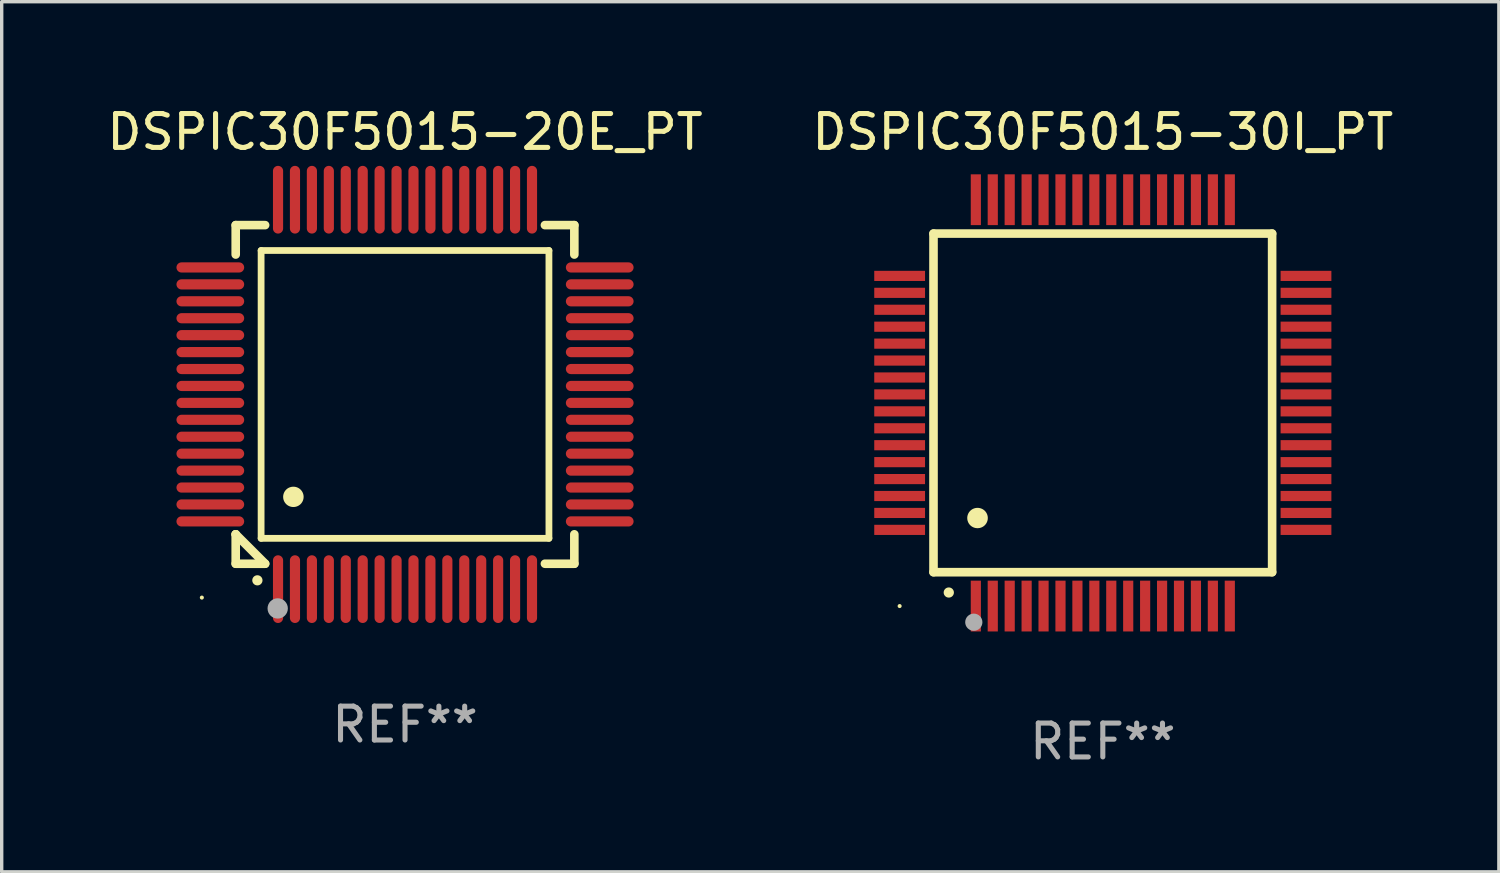
<source format=kicad_pcb>
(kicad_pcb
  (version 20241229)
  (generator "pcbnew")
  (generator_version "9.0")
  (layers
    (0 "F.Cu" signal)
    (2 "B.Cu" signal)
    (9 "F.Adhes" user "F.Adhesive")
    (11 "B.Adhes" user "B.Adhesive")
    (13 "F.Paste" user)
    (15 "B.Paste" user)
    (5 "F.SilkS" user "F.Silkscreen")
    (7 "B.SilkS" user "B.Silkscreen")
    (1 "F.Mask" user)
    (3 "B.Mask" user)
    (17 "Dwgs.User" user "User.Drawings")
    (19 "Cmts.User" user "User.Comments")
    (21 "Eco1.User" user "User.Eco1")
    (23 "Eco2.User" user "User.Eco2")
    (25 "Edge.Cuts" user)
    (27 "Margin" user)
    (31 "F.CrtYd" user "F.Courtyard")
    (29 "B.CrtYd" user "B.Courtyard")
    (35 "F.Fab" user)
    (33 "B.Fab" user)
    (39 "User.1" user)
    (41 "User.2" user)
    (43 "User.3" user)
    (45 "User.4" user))
  (footprint "DSPIC30F5015-20E_PT"
    (layer "F.Cu")
    (at 8.911 8.598)
    (property "Reference" "DSPIC30F5015-20E_PT" (at 0 -7.75 0) (layer "F.SilkS") (effects (font (size 1 1) (thickness 0.15))))
    (attr through_hole)
    (fp_line (start -5 -5) (end -4.131 -5) (stroke (width 0.254) (type solid)) (layer "F.SilkS"))
    (fp_line (start -5 -4.131) (end -5 -5) (stroke (width 0.254) (type solid)) (layer "F.SilkS"))
    (fp_line (start -5 4.131) (end -5 4.131) (stroke (width 0.254) (type solid)) (layer "F.SilkS"))
    (fp_line (start -5 5) (end -5 4.131) (stroke (width 0.254) (type solid)) (layer "F.SilkS"))
    (fp_line (start -5 4.131) (end -4.131 5) (stroke (width 0.254) (type solid)) (layer "F.SilkS"))
    (fp_line (start -4.25 -4.25) (end -4.25 4.25) (stroke (width 0.2) (type solid)) (layer "F.SilkS"))
    (fp_line (start -4.25 4.25) (end 4.25 4.25) (stroke (width 0.2) (type solid)) (layer "F.SilkS"))
    (fp_line (start -4.131 5) (end -5 5) (stroke (width 0.254) (type solid)) (layer "F.SilkS"))
    (fp_line (start 4.25 -4.25) (end -4.25 -4.25) (stroke (width 0.2) (type solid)) (layer "F.SilkS"))
    (fp_line (start 4.25 4.25) (end 4.25 -4.25) (stroke (width 0.2) (type solid)) (layer "F.SilkS"))
    (fp_line (start 5 -5) (end 4.131 -5) (stroke (width 0.254) (type solid)) (layer "F.SilkS"))
    (fp_line (start 5 -5) (end 5 -4.131) (stroke (width 0.254) (type solid)) (layer "F.SilkS"))
    (fp_line (start 5 4.131) (end 5 5) (stroke (width 0.254) (type solid)) (layer "F.SilkS"))
    (fp_line (start 5 5) (end 4.131 5) (stroke (width 0.254) (type solid)) (layer "F.SilkS"))
    (fp_arc (start -4.361265 5.489992) (mid -4.359995 5.489987) (end -4.358725 5.489992) (stroke (width 0.3) (type solid)) (layer "F.SilkS"))
    (fp_arc (start -3.299467 3.025146) (mid -3.296927 3.025135) (end -3.294387 3.025146) (stroke (width 0.6) (type solid)) (layer "F.SilkS"))
    (fp_circle (center -6 6) (end -5.97 6) (stroke (width 0.06) (type solid)) (fill no) (layer "F.SilkS"))
    (fp_circle (center -3.76 6.32) (end -3.61 6.32) (stroke (width 0.3) (type solid)) (fill no) (layer "F.Fab"))
    (fp_text user "REF**" (at 0 9.75 0) (layer "F.Fab") (effects (font (size 1 1) (thickness 0.15))))
    (pad "1" smd oval (at -3.75 5.75) (size 0.3 2) (layers "F.Cu" "F.Mask" "F.Paste"))
    (pad "2" smd oval (at -3.25 5.75) (size 0.3 2) (layers "F.Cu" "F.Mask" "F.Paste"))
    (pad "3" smd oval (at -2.75 5.75) (size 0.3 2) (layers "F.Cu" "F.Mask" "F.Paste"))
    (pad "4" smd oval (at -2.25 5.75) (size 0.3 2) (layers "F.Cu" "F.Mask" "F.Paste"))
    (pad "5" smd oval (at -1.75 5.75) (size 0.3 2) (layers "F.Cu" "F.Mask" "F.Paste"))
    (pad "6" smd oval (at -1.25 5.75) (size 0.3 2) (layers "F.Cu" "F.Mask" "F.Paste"))
    (pad "7" smd oval (at -0.75 5.75) (size 0.3 2) (layers "F.Cu" "F.Mask" "F.Paste"))
    (pad "8" smd oval (at -0.25 5.75) (size 0.3 2) (layers "F.Cu" "F.Mask" "F.Paste"))
    (pad "9" smd oval (at 0.25 5.75) (size 0.3 2) (layers "F.Cu" "F.Mask" "F.Paste"))
    (pad "10" smd oval (at 0.75 5.75) (size 0.3 2) (layers "F.Cu" "F.Mask" "F.Paste"))
    (pad "11" smd oval (at 1.25 5.75) (size 0.3 2) (layers "F.Cu" "F.Mask" "F.Paste"))
    (pad "12" smd oval (at 1.75 5.75) (size 0.3 2) (layers "F.Cu" "F.Mask" "F.Paste"))
    (pad "13" smd oval (at 2.25 5.75) (size 0.3 2) (layers "F.Cu" "F.Mask" "F.Paste"))
    (pad "14" smd oval (at 2.75 5.75) (size 0.3 2) (layers "F.Cu" "F.Mask" "F.Paste"))
    (pad "15" smd oval (at 3.25 5.75) (size 0.3 2) (layers "F.Cu" "F.Mask" "F.Paste"))
    (pad "16" smd oval (at 3.75 5.75) (size 0.3 2) (layers "F.Cu" "F.Mask" "F.Paste"))
    (pad "17" smd oval (at 5.75 3.75) (size 2 0.3) (layers "F.Cu" "F.Mask" "F.Paste"))
    (pad "18" smd oval (at 5.75 3.25) (size 2 0.3) (layers "F.Cu" "F.Mask" "F.Paste"))
    (pad "19" smd oval (at 5.75 2.75) (size 2 0.3) (layers "F.Cu" "F.Mask" "F.Paste"))
    (pad "20" smd oval (at 5.75 2.25) (size 2 0.3) (layers "F.Cu" "F.Mask" "F.Paste"))
    (pad "21" smd oval (at 5.75 1.75) (size 2 0.3) (layers "F.Cu" "F.Mask" "F.Paste"))
    (pad "22" smd oval (at 5.75 1.25) (size 2 0.3) (layers "F.Cu" "F.Mask" "F.Paste"))
    (pad "23" smd oval (at 5.75 0.75) (size 2 0.3) (layers "F.Cu" "F.Mask" "F.Paste"))
    (pad "24" smd oval (at 5.75 0.25) (size 2 0.3) (layers "F.Cu" "F.Mask" "F.Paste"))
    (pad "25" smd oval (at 5.75 -0.25) (size 2 0.3) (layers "F.Cu" "F.Mask" "F.Paste"))
    (pad "26" smd oval (at 5.75 -0.75) (size 2 0.3) (layers "F.Cu" "F.Mask" "F.Paste"))
    (pad "27" smd oval (at 5.75 -1.25) (size 2 0.3) (layers "F.Cu" "F.Mask" "F.Paste"))
    (pad "28" smd oval (at 5.75 -1.75) (size 2 0.3) (layers "F.Cu" "F.Mask" "F.Paste"))
    (pad "29" smd oval (at 5.75 -2.25) (size 2 0.3) (layers "F.Cu" "F.Mask" "F.Paste"))
    (pad "30" smd oval (at 5.75 -2.75) (size 2 0.3) (layers "F.Cu" "F.Mask" "F.Paste"))
    (pad "31" smd oval (at 5.75 -3.25) (size 2 0.3) (layers "F.Cu" "F.Mask" "F.Paste"))
    (pad "32" smd oval (at 5.75 -3.75) (size 2 0.3) (layers "F.Cu" "F.Mask" "F.Paste"))
    (pad "33" smd oval (at 3.75 -5.75) (size 0.3 2) (layers "F.Cu" "F.Mask" "F.Paste"))
    (pad "34" smd oval (at 3.25 -5.75) (size 0.3 2) (layers "F.Cu" "F.Mask" "F.Paste"))
    (pad "35" smd oval (at 2.75 -5.75) (size 0.3 2) (layers "F.Cu" "F.Mask" "F.Paste"))
    (pad "36" smd oval (at 2.25 -5.75) (size 0.3 2) (layers "F.Cu" "F.Mask" "F.Paste"))
    (pad "37" smd oval (at 1.75 -5.75) (size 0.3 2) (layers "F.Cu" "F.Mask" "F.Paste"))
    (pad "38" smd oval (at 1.25 -5.75) (size 0.3 2) (layers "F.Cu" "F.Mask" "F.Paste"))
    (pad "39" smd oval (at 0.75 -5.75) (size 0.3 2) (layers "F.Cu" "F.Mask" "F.Paste"))
    (pad "40" smd oval (at 0.25 -5.75) (size 0.3 2) (layers "F.Cu" "F.Mask" "F.Paste"))
    (pad "41" smd oval (at -0.25 -5.75) (size 0.3 2) (layers "F.Cu" "F.Mask" "F.Paste"))
    (pad "42" smd oval (at -0.75 -5.75) (size 0.3 2) (layers "F.Cu" "F.Mask" "F.Paste"))
    (pad "43" smd oval (at -1.25 -5.75) (size 0.3 2) (layers "F.Cu" "F.Mask" "F.Paste"))
    (pad "44" smd oval (at -1.75 -5.75) (size 0.3 2) (layers "F.Cu" "F.Mask" "F.Paste"))
    (pad "45" smd oval (at -2.25 -5.75) (size 0.3 2) (layers "F.Cu" "F.Mask" "F.Paste"))
    (pad "46" smd oval (at -2.75 -5.75) (size 0.3 2) (layers "F.Cu" "F.Mask" "F.Paste"))
    (pad "47" smd oval (at -3.25 -5.75) (size 0.3 2) (layers "F.Cu" "F.Mask" "F.Paste"))
    (pad "48" smd oval (at -3.75 -5.75) (size 0.3 2) (layers "F.Cu" "F.Mask" "F.Paste"))
    (pad "49" smd oval (at -5.75 -3.75) (size 2 0.3) (layers "F.Cu" "F.Mask" "F.Paste"))
    (pad "50" smd oval (at -5.75 -3.25) (size 2 0.3) (layers "F.Cu" "F.Mask" "F.Paste"))
    (pad "51" smd oval (at -5.75 -2.75) (size 2 0.3) (layers "F.Cu" "F.Mask" "F.Paste"))
    (pad "52" smd oval (at -5.75 -2.25) (size 2 0.3) (layers "F.Cu" "F.Mask" "F.Paste"))
    (pad "53" smd oval (at -5.75 -1.75) (size 2 0.3) (layers "F.Cu" "F.Mask" "F.Paste"))
    (pad "54" smd oval (at -5.75 -1.25) (size 2 0.3) (layers "F.Cu" "F.Mask" "F.Paste"))
    (pad "55" smd oval (at -5.75 -0.75) (size 2 0.3) (layers "F.Cu" "F.Mask" "F.Paste"))
    (pad "56" smd oval (at -5.75 -0.25) (size 2 0.3) (layers "F.Cu" "F.Mask" "F.Paste"))
    (pad "57" smd oval (at -5.75 0.25) (size 2 0.3) (layers "F.Cu" "F.Mask" "F.Paste"))
    (pad "58" smd oval (at -5.75 0.75) (size 2 0.3) (layers "F.Cu" "F.Mask" "F.Paste"))
    (pad "59" smd oval (at -5.75 1.25) (size 2 0.3) (layers "F.Cu" "F.Mask" "F.Paste"))
    (pad "60" smd oval (at -5.75 1.75) (size 2 0.3) (layers "F.Cu" "F.Mask" "F.Paste"))
    (pad "61" smd oval (at -5.75 2.25) (size 2 0.3) (layers "F.Cu" "F.Mask" "F.Paste"))
    (pad "62" smd oval (at -5.75 2.75) (size 2 0.3) (layers "F.Cu" "F.Mask" "F.Paste"))
    (pad "63" smd oval (at -5.75 3.25) (size 2 0.3) (layers "F.Cu" "F.Mask" "F.Paste"))
    (pad "64" smd oval (at -5.75 3.75) (size 2 0.3) (layers "F.Cu" "F.Mask" "F.Paste")))
  (footprint "DSPIC30F5015-30I_PT"
    (layer "F.Cu")
    (at 29.518 8.848)
    (property "Reference" "DSPIC30F5015-30I_PT" (at 0 -8 0) (layer "F.SilkS") (effects (font (size 1 1) (thickness 0.15))))
    (attr through_hole)
    (fp_line (start -5 -5) (end -5 5) (stroke (width 0.254) (type solid)) (layer "F.SilkS"))
    (fp_line (start -5 -5) (end 5 -5) (stroke (width 0.254) (type solid)) (layer "F.SilkS"))
    (fp_line (start -5 5) (end 5 5) (stroke (width 0.254) (type solid)) (layer "F.SilkS"))
    (fp_line (start 5 -5) (end 5 5) (stroke (width 0.254) (type solid)) (layer "F.SilkS"))
    (fp_arc (start -4.549987 5.6) (mid -4.548717 5.599995) (end -4.547447 5.6) (stroke (width 0.3) (type solid)) (layer "F.SilkS"))
    (fp_arc (start -3.703835 3.400076) (mid -3.700025 3.400052) (end -3.696215 3.400076) (stroke (width 0.6) (type solid)) (layer "F.SilkS"))
    (fp_circle (center -6 6) (end -5.97 6) (stroke (width 0.06) (type solid)) (fill no) (layer "F.SilkS"))
    (fp_circle (center -3.81 6.477) (end -3.683 6.477) (stroke (width 0.254) (type solid)) (fill no) (layer "F.Fab"))
    (fp_text user "REF**" (at 0 10 0) (layer "F.Fab") (effects (font (size 1 1) (thickness 0.15))))
    (pad "1" smd rect (at -3.75 6 180) (size 0.3 1.5) (layers "F.Cu" "F.Mask" "F.Paste"))
    (pad "2" smd rect (at -3.25 6 180) (size 0.3 1.5) (layers "F.Cu" "F.Mask" "F.Paste"))
    (pad "3" smd rect (at -2.75 6 180) (size 0.3 1.5) (layers "F.Cu" "F.Mask" "F.Paste"))
    (pad "4" smd rect (at -2.25 6 180) (size 0.3 1.5) (layers "F.Cu" "F.Mask" "F.Paste"))
    (pad "5" smd rect (at -1.75 6 180) (size 0.3 1.5) (layers "F.Cu" "F.Mask" "F.Paste"))
    (pad "6" smd rect (at -1.25 6 180) (size 0.3 1.5) (layers "F.Cu" "F.Mask" "F.Paste"))
    (pad "7" smd rect (at -0.75 6 180) (size 0.3 1.5) (layers "F.Cu" "F.Mask" "F.Paste"))
    (pad "8" smd rect (at -0.25 6 180) (size 0.3 1.5) (layers "F.Cu" "F.Mask" "F.Paste"))
    (pad "9" smd rect (at 0.25 6 180) (size 0.3 1.5) (layers "F.Cu" "F.Mask" "F.Paste"))
    (pad "10" smd rect (at 0.75 6 180) (size 0.3 1.5) (layers "F.Cu" "F.Mask" "F.Paste"))
    (pad "11" smd rect (at 1.25 6 180) (size 0.3 1.5) (layers "F.Cu" "F.Mask" "F.Paste"))
    (pad "12" smd rect (at 1.75 6 180) (size 0.3 1.5) (layers "F.Cu" "F.Mask" "F.Paste"))
    (pad "13" smd rect (at 2.25 6 180) (size 0.3 1.5) (layers "F.Cu" "F.Mask" "F.Paste"))
    (pad "14" smd rect (at 2.75 6 180) (size 0.3 1.5) (layers "F.Cu" "F.Mask" "F.Paste"))
    (pad "15" smd rect (at 3.25 6 180) (size 0.3 1.5) (layers "F.Cu" "F.Mask" "F.Paste"))
    (pad "16" smd rect (at 3.75 6 180) (size 0.3 1.5) (layers "F.Cu" "F.Mask" "F.Paste"))
    (pad "17" smd rect (at 6 3.75 90) (size 0.3 1.5) (layers "F.Cu" "F.Mask" "F.Paste"))
    (pad "18" smd rect (at 6 3.25 90) (size 0.3 1.5) (layers "F.Cu" "F.Mask" "F.Paste"))
    (pad "19" smd rect (at 6 2.75 90) (size 0.3 1.5) (layers "F.Cu" "F.Mask" "F.Paste"))
    (pad "20" smd rect (at 6 2.25 90) (size 0.3 1.5) (layers "F.Cu" "F.Mask" "F.Paste"))
    (pad "21" smd rect (at 6 1.75 90) (size 0.3 1.5) (layers "F.Cu" "F.Mask" "F.Paste"))
    (pad "22" smd rect (at 6 1.25 90) (size 0.3 1.5) (layers "F.Cu" "F.Mask" "F.Paste"))
    (pad "23" smd rect (at 6 0.75 90) (size 0.3 1.5) (layers "F.Cu" "F.Mask" "F.Paste"))
    (pad "24" smd rect (at 6 0.25 90) (size 0.3 1.5) (layers "F.Cu" "F.Mask" "F.Paste"))
    (pad "25" smd rect (at 6 -0.25 90) (size 0.3 1.5) (layers "F.Cu" "F.Mask" "F.Paste"))
    (pad "26" smd rect (at 6 -0.75 90) (size 0.3 1.5) (layers "F.Cu" "F.Mask" "F.Paste"))
    (pad "27" smd rect (at 6 -1.25 90) (size 0.3 1.5) (layers "F.Cu" "F.Mask" "F.Paste"))
    (pad "28" smd rect (at 6 -1.75 90) (size 0.3 1.5) (layers "F.Cu" "F.Mask" "F.Paste"))
    (pad "29" smd rect (at 6 -2.25 90) (size 0.3 1.5) (layers "F.Cu" "F.Mask" "F.Paste"))
    (pad "30" smd rect (at 6 -2.75 90) (size 0.3 1.5) (layers "F.Cu" "F.Mask" "F.Paste"))
    (pad "31" smd rect (at 6 -3.25 90) (size 0.3 1.5) (layers "F.Cu" "F.Mask" "F.Paste"))
    (pad "32" smd rect (at 6 -3.75 90) (size 0.3 1.5) (layers "F.Cu" "F.Mask" "F.Paste"))
    (pad "33" smd rect (at 3.75 -6 180) (size 0.3 1.5) (layers "F.Cu" "F.Mask" "F.Paste"))
    (pad "34" smd rect (at 3.25 -6 180) (size 0.3 1.5) (layers "F.Cu" "F.Mask" "F.Paste"))
    (pad "35" smd rect (at 2.75 -6 180) (size 0.3 1.5) (layers "F.Cu" "F.Mask" "F.Paste"))
    (pad "36" smd rect (at 2.25 -6 180) (size 0.3 1.5) (layers "F.Cu" "F.Mask" "F.Paste"))
    (pad "37" smd rect (at 1.75 -6 180) (size 0.3 1.5) (layers "F.Cu" "F.Mask" "F.Paste"))
    (pad "38" smd rect (at 1.25 -6 180) (size 0.3 1.5) (layers "F.Cu" "F.Mask" "F.Paste"))
    (pad "39" smd rect (at 0.75 -6 180) (size 0.3 1.5) (layers "F.Cu" "F.Mask" "F.Paste"))
    (pad "40" smd rect (at 0.25 -6 180) (size 0.3 1.5) (layers "F.Cu" "F.Mask" "F.Paste"))
    (pad "41" smd rect (at -0.25 -6 180) (size 0.3 1.5) (layers "F.Cu" "F.Mask" "F.Paste"))
    (pad "42" smd rect (at -0.75 -6 180) (size 0.3 1.5) (layers "F.Cu" "F.Mask" "F.Paste"))
    (pad "43" smd rect (at -1.25 -6 180) (size 0.3 1.5) (layers "F.Cu" "F.Mask" "F.Paste"))
    (pad "44" smd rect (at -1.75 -6 180) (size 0.3 1.5) (layers "F.Cu" "F.Mask" "F.Paste"))
    (pad "45" smd rect (at -2.25 -6 180) (size 0.3 1.5) (layers "F.Cu" "F.Mask" "F.Paste"))
    (pad "46" smd rect (at -2.75 -6 180) (size 0.3 1.5) (layers "F.Cu" "F.Mask" "F.Paste"))
    (pad "47" smd rect (at -3.25 -6 180) (size 0.3 1.5) (layers "F.Cu" "F.Mask" "F.Paste"))
    (pad "48" smd rect (at -3.75 -6 180) (size 0.3 1.5) (layers "F.Cu" "F.Mask" "F.Paste"))
    (pad "49" smd rect (at -6 -3.75 90) (size 0.3 1.5) (layers "F.Cu" "F.Mask" "F.Paste"))
    (pad "50" smd rect (at -6 -3.25 90) (size 0.3 1.5) (layers "F.Cu" "F.Mask" "F.Paste"))
    (pad "51" smd rect (at -6 -2.75 90) (size 0.3 1.5) (layers "F.Cu" "F.Mask" "F.Paste"))
    (pad "52" smd rect (at -6 -2.25 90) (size 0.3 1.5) (layers "F.Cu" "F.Mask" "F.Paste"))
    (pad "53" smd rect (at -6 -1.75 90) (size 0.3 1.5) (layers "F.Cu" "F.Mask" "F.Paste"))
    (pad "54" smd rect (at -6 -1.25 90) (size 0.3 1.5) (layers "F.Cu" "F.Mask" "F.Paste"))
    (pad "55" smd rect (at -6 -0.75 90) (size 0.3 1.5) (layers "F.Cu" "F.Mask" "F.Paste"))
    (pad "56" smd rect (at -6 -0.25 90) (size 0.3 1.5) (layers "F.Cu" "F.Mask" "F.Paste"))
    (pad "57" smd rect (at -6 0.25 90) (size 0.3 1.5) (layers "F.Cu" "F.Mask" "F.Paste"))
    (pad "58" smd rect (at -6 0.75 90) (size 0.3 1.5) (layers "F.Cu" "F.Mask" "F.Paste"))
    (pad "59" smd rect (at -6 1.25 90) (size 0.3 1.5) (layers "F.Cu" "F.Mask" "F.Paste"))
    (pad "60" smd rect (at -6 1.75 90) (size 0.3 1.5) (layers "F.Cu" "F.Mask" "F.Paste"))
    (pad "61" smd rect (at -6 2.25 90) (size 0.3 1.5) (layers "F.Cu" "F.Mask" "F.Paste"))
    (pad "62" smd rect (at -6 2.75 90) (size 0.3 1.5) (layers "F.Cu" "F.Mask" "F.Paste"))
    (pad "63" smd rect (at -6 3.25 90) (size 0.3 1.5) (layers "F.Cu" "F.Mask" "F.Paste"))
    (pad "64" smd rect (at -6 3.75 90) (size 0.3 1.5) (layers "F.Cu" "F.Mask" "F.Paste")))
  (gr_rect
    (start -3 -3)
    (end 41.214 22.697)
    (stroke (width 0.1) (type default))
    (fill no)
    (layer "Edge.Cuts")))
</source>
